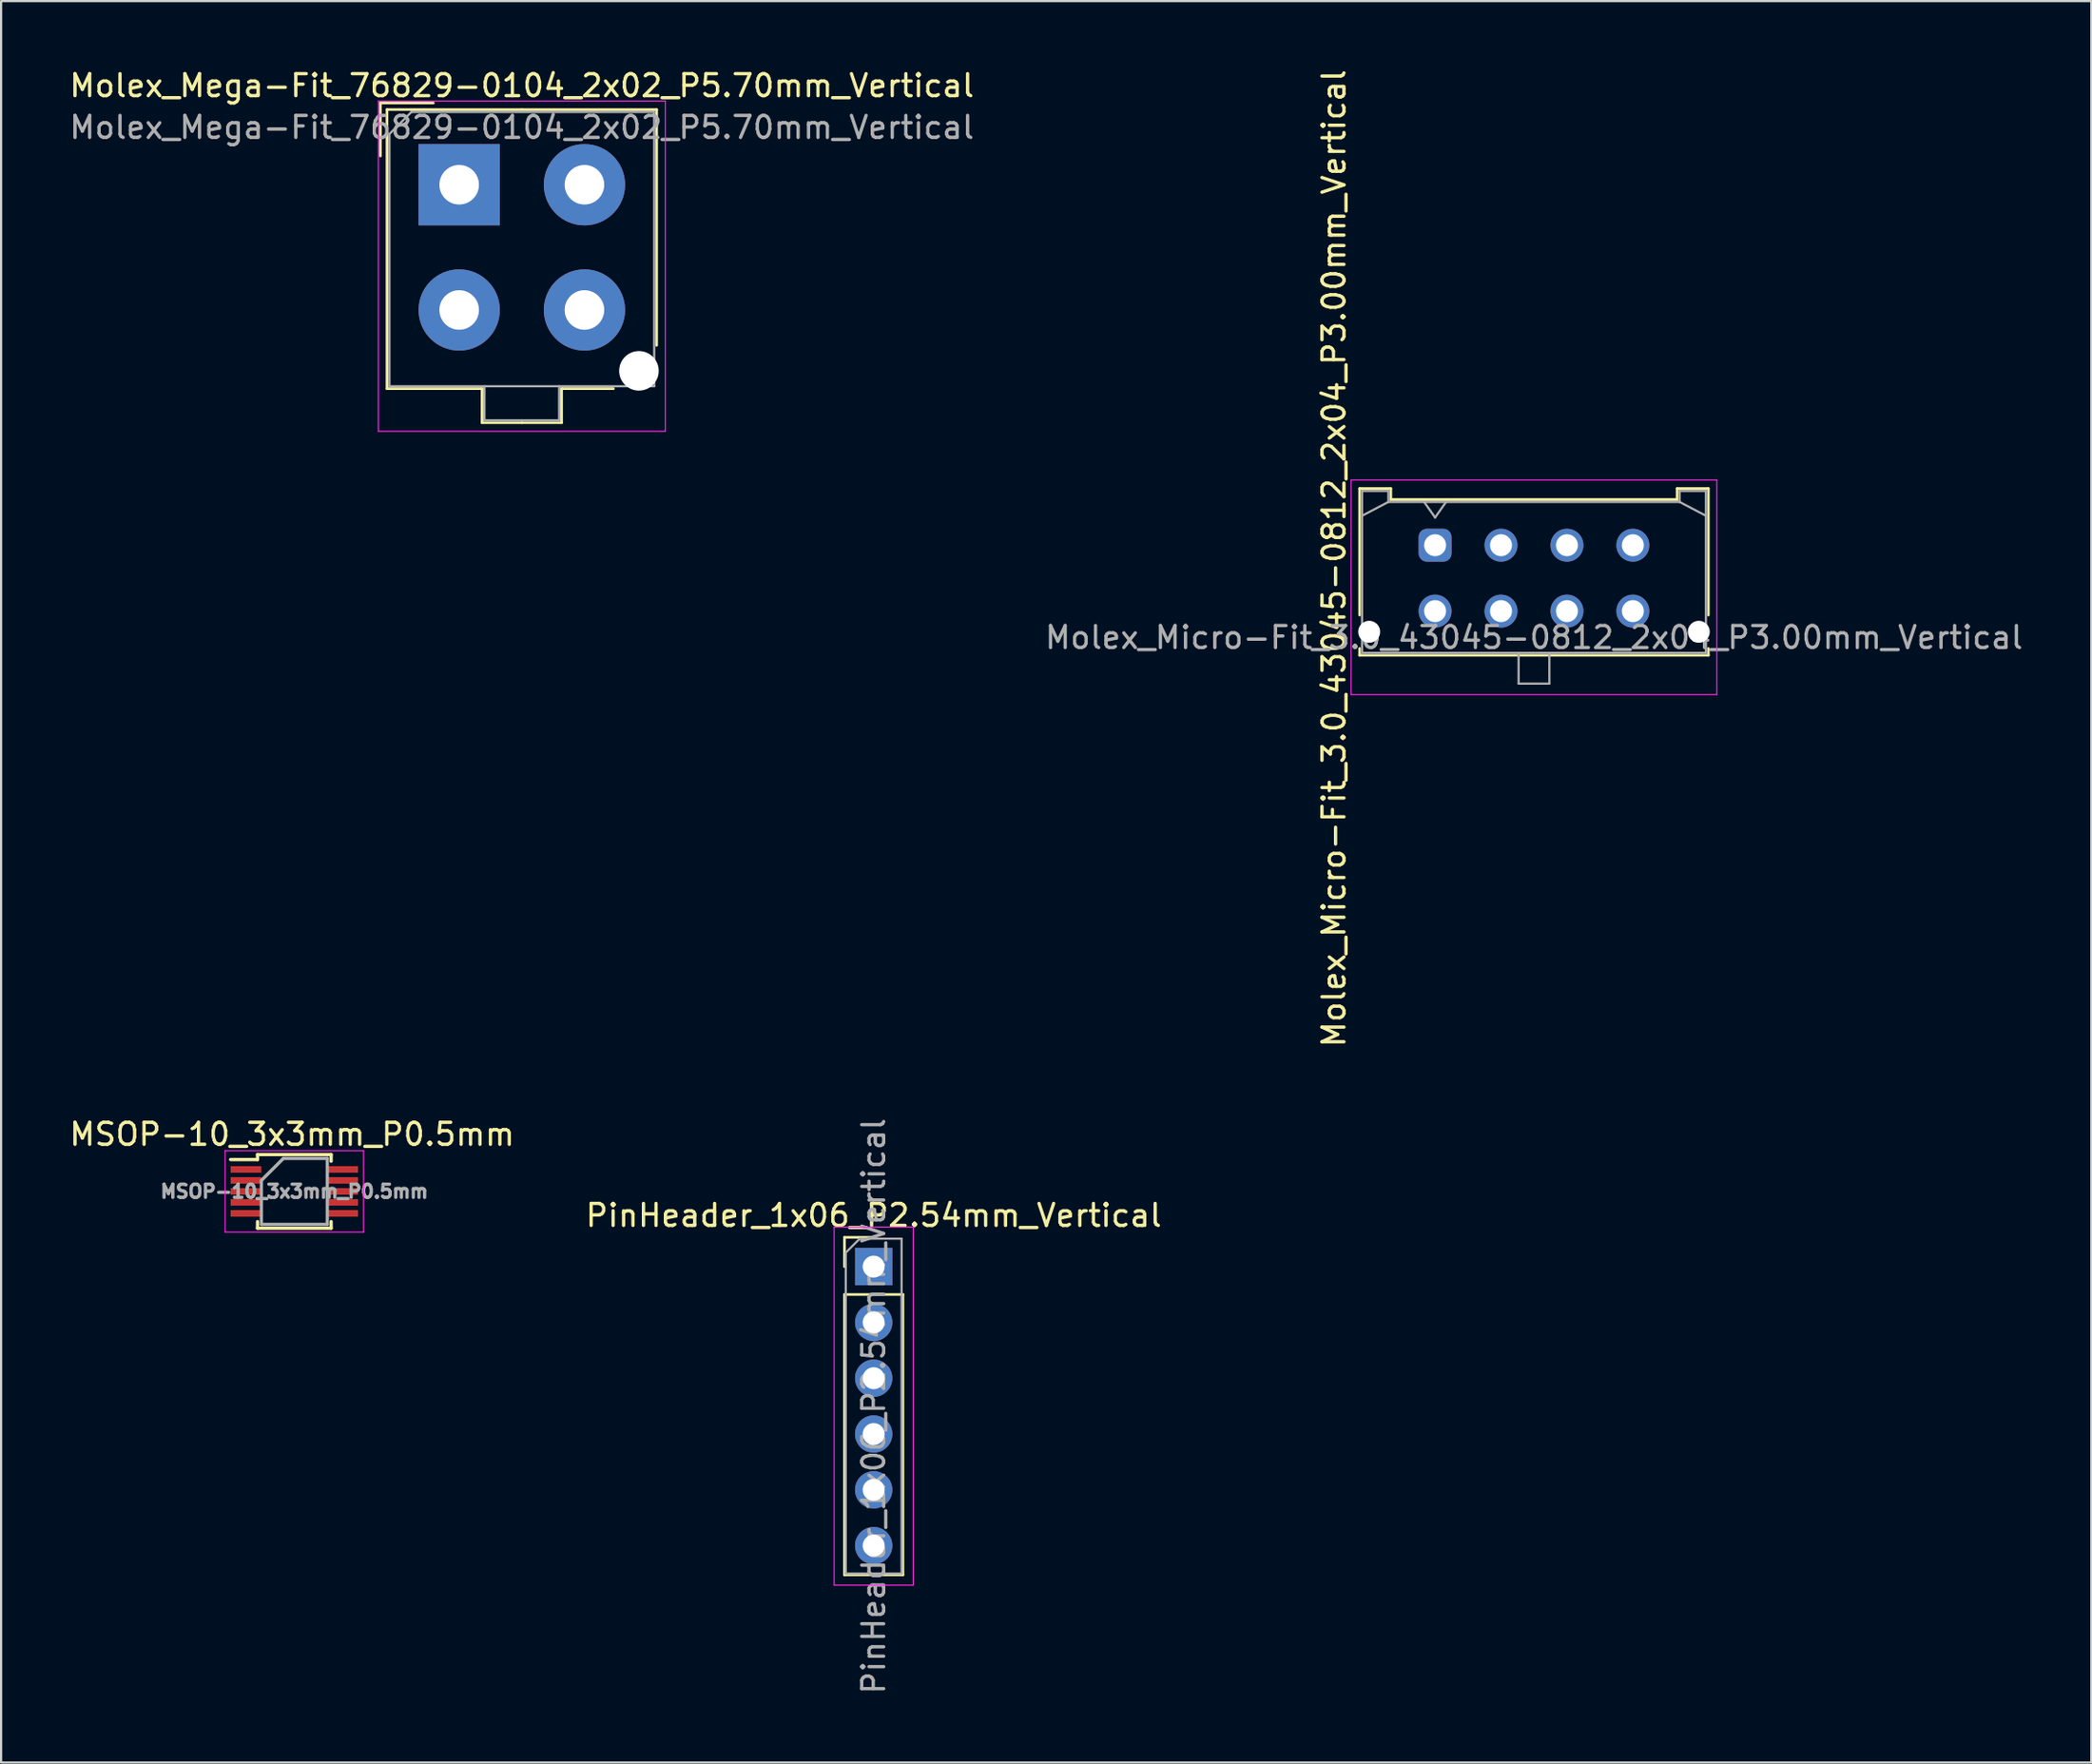
<source format=kicad_pcb>
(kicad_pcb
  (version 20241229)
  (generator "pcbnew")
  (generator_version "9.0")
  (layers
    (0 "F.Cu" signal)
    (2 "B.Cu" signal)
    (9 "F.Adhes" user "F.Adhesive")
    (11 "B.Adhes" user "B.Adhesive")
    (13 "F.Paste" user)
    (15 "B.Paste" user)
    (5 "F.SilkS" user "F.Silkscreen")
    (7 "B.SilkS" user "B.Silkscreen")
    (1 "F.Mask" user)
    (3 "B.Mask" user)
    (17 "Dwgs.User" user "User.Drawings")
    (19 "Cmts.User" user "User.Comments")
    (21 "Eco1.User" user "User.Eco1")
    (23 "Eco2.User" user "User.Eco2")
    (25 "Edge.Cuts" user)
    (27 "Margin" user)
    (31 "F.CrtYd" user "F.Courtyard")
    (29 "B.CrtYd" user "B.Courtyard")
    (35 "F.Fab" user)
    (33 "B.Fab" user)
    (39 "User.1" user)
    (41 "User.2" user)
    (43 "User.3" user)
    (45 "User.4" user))
  (footprint "MSOP-10_3x3mm_P0.5mm"
    (layer "F.Cu")
    (at 10.344 51.174)
    (property "Reference" "MSOP-10_3x3mm_P0.5mm" (at -0.1 -2.6 0) (layer "F.SilkS") (effects (font (size 1 1) (thickness 0.15))))
    (attr smd)
    (fp_line (start -1.675 -1.675) (end -1.675 -1.45) (stroke (width 0.15) (type solid)) (layer "F.SilkS"))
    (fp_line (start -1.675 -1.675) (end 1.675 -1.675) (stroke (width 0.15) (type solid)) (layer "F.SilkS"))
    (fp_line (start -1.675 -1.45) (end -2.9 -1.45) (stroke (width 0.15) (type solid)) (layer "F.SilkS"))
    (fp_line (start -1.675 1.675) (end -1.675 1.375) (stroke (width 0.15) (type solid)) (layer "F.SilkS"))
    (fp_line (start -1.675 1.675) (end 1.675 1.675) (stroke (width 0.15) (type solid)) (layer "F.SilkS"))
    (fp_line (start 1.675 -1.675) (end 1.675 -1.375) (stroke (width 0.15) (type solid)) (layer "F.SilkS"))
    (fp_line (start 1.675 1.675) (end 1.675 1.375) (stroke (width 0.15) (type solid)) (layer "F.SilkS"))
    (fp_line (start -3.15 -1.85) (end -3.15 1.85) (stroke (width 0.05) (type solid)) (layer "F.CrtYd"))
    (fp_line (start -3.15 -1.85) (end 3.15 -1.85) (stroke (width 0.05) (type solid)) (layer "F.CrtYd"))
    (fp_line (start -3.15 1.85) (end 3.15 1.85) (stroke (width 0.05) (type solid)) (layer "F.CrtYd"))
    (fp_line (start 3.15 -1.85) (end 3.15 1.85) (stroke (width 0.05) (type solid)) (layer "F.CrtYd"))
    (fp_line (start -1.5 -0.5) (end -0.5 -1.5) (stroke (width 0.15) (type solid)) (layer "F.Fab"))
    (fp_line (start -1.5 1.5) (end -1.5 -0.5) (stroke (width 0.15) (type solid)) (layer "F.Fab"))
    (fp_line (start -0.5 -1.5) (end 1.5 -1.5) (stroke (width 0.15) (type solid)) (layer "F.Fab"))
    (fp_line (start 1.5 -1.5) (end 1.5 1.5) (stroke (width 0.15) (type solid)) (layer "F.Fab"))
    (fp_line (start 1.5 1.5) (end -1.5 1.5) (stroke (width 0.15) (type solid)) (layer "F.Fab"))
    (fp_text user "${REFERENCE}" (at 0 0 0) (layer "F.Fab") (effects (font (size 0.6 0.6) (thickness 0.15))))
    (pad "1" smd rect (at -2.2 -1) (size 1.4 0.3) (layers "F.Cu" "F.Mask" "F.Paste"))
    (pad "2" smd rect (at -2.2 -0.5) (size 1.4 0.3) (layers "F.Cu" "F.Mask" "F.Paste"))
    (pad "3" smd rect (at -2.2 0) (size 1.4 0.3) (layers "F.Cu" "F.Mask" "F.Paste"))
    (pad "4" smd rect (at -2.2 0.5) (size 1.4 0.3) (layers "F.Cu" "F.Mask" "F.Paste"))
    (pad "5" smd rect (at -2.2 1) (size 1.4 0.3) (layers "F.Cu" "F.Mask" "F.Paste"))
    (pad "6" smd rect (at 2.2 1) (size 1.4 0.3) (layers "F.Cu" "F.Mask" "F.Paste"))
    (pad "7" smd rect (at 2.2 0.5) (size 1.4 0.3) (layers "F.Cu" "F.Mask" "F.Paste"))
    (pad "8" smd rect (at 2.2 0) (size 1.4 0.3) (layers "F.Cu" "F.Mask" "F.Paste"))
    (pad "9" smd rect (at 2.2 -0.5) (size 1.4 0.3) (layers "F.Cu" "F.Mask" "F.Paste"))
    (pad "10" smd rect (at 2.2 -1) (size 1.4 0.3) (layers "F.Cu" "F.Mask" "F.Paste")))
  (footprint "Molex_Mega-Fit_76829-0104_2x02_P5.70mm_Vertical"
    (layer "F.Cu")
    (at 17.846 5.358)
    (property "Reference" "Molex_Mega-Fit_76829-0104_2x02_P5.70mm_Vertical" (at 2.85 -4.51 0) (layer "F.SilkS") (effects (font (size 1 1) (thickness 0.15))))
    (attr through_hole)
    (fp_line (start -3.585 -3.72) (end -1.175 -3.72) (stroke (width 0.12) (type solid)) (layer "F.SilkS"))
    (fp_line (start -3.585 -1.31) (end -3.585 -3.72) (stroke (width 0.12) (type solid)) (layer "F.SilkS"))
    (fp_line (start -3.285 -3.42) (end -3.285 9.28) (stroke (width 0.12) (type solid)) (layer "F.SilkS"))
    (fp_line (start -3.285 9.28) (end 1.04 9.28) (stroke (width 0.12) (type solid)) (layer "F.SilkS"))
    (fp_line (start 1.04 9.28) (end 1.04 10.83) (stroke (width 0.12) (type solid)) (layer "F.SilkS"))
    (fp_line (start 1.04 10.83) (end 2.85 10.83) (stroke (width 0.12) (type solid)) (layer "F.SilkS"))
    (fp_line (start 2.85 -3.42) (end -3.285 -3.42) (stroke (width 0.12) (type solid)) (layer "F.SilkS"))
    (fp_line (start 2.85 -3.42) (end 8.985 -3.42) (stroke (width 0.12) (type solid)) (layer "F.SilkS"))
    (fp_line (start 4.66 9.28) (end 4.66 10.83) (stroke (width 0.12) (type solid)) (layer "F.SilkS"))
    (fp_line (start 4.66 10.83) (end 2.85 10.83) (stroke (width 0.12) (type solid)) (layer "F.SilkS"))
    (fp_line (start 7.02 9.28) (end 4.66 9.28) (stroke (width 0.12) (type solid)) (layer "F.SilkS"))
    (fp_line (start 8.985 -3.42) (end 8.985 7.31) (stroke (width 0.12) (type solid)) (layer "F.SilkS"))
    (fp_line (start -3.68 -3.81) (end -3.68 11.22) (stroke (width 0.05) (type solid)) (layer "F.CrtYd"))
    (fp_line (start -3.68 11.22) (end 9.38 11.22) (stroke (width 0.05) (type solid)) (layer "F.CrtYd"))
    (fp_line (start 9.38 -3.81) (end -3.68 -3.81) (stroke (width 0.05) (type solid)) (layer "F.CrtYd"))
    (fp_line (start 9.38 11.22) (end 9.38 -3.81) (stroke (width 0.05) (type solid)) (layer "F.CrtYd"))
    (fp_line (start -3.175 -2.31) (end -3.175 9.17) (stroke (width 0.1) (type solid)) (layer "F.Fab"))
    (fp_line (start -3.175 9.17) (end 8.875 9.17) (stroke (width 0.1) (type solid)) (layer "F.Fab"))
    (fp_line (start -2.175 -3.31) (end -3.175 -2.31) (stroke (width 0.1) (type solid)) (layer "F.Fab"))
    (fp_line (start 1.15 9.17) (end 1.15 10.72) (stroke (width 0.1) (type solid)) (layer "F.Fab"))
    (fp_line (start 1.15 10.72) (end 4.55 10.72) (stroke (width 0.1) (type solid)) (layer "F.Fab"))
    (fp_line (start 4.55 10.72) (end 4.55 9.17) (stroke (width 0.1) (type solid)) (layer "F.Fab"))
    (fp_line (start 8.875 -3.31) (end -2.175 -3.31) (stroke (width 0.1) (type solid)) (layer "F.Fab"))
    (fp_line (start 8.875 9.17) (end 8.875 -3.31) (stroke (width 0.1) (type solid)) (layer "F.Fab"))
    (fp_text user "${REFERENCE}" (at 2.85 -2.61 0) (layer "F.Fab") (effects (font (size 1 1) (thickness 0.15))))
    (pad "" np_thru_hole circle (at 8.18 8.47) (size 1.8 1.8) (drill 1.8) (layers "*.Cu" "*.Mask"))
    (pad "1" thru_hole rect (at 0 0) (size 3.7 3.7) (drill 1.8) (layers "*.Cu" "*.Mask"))
    (pad "2" thru_hole circle (at 5.7 0) (size 3.7 3.7) (drill 1.8) (layers "*.Cu" "*.Mask"))
    (pad "3" thru_hole circle (at 0 5.7) (size 3.7 3.7) (drill 1.8) (layers "*.Cu" "*.Mask"))
    (pad "4" thru_hole circle (at 5.7 5.7) (size 3.7 3.7) (drill 1.8) (layers "*.Cu" "*.Mask")))
  (footprint "PinHeader_1x06_P2.54mm_Vertical"
    (layer "F.Cu")
    (at 36.708 54.596)
    (property "Reference" "PinHeader_1x06_P2.54mm_Vertical" (at 0 -2.33 0) (layer "F.SilkS") (effects (font (size 1 1) (thickness 0.15))))
    (attr through_hole)
    (fp_line (start -1.33 -1.33) (end 0 -1.33) (stroke (width 0.12) (type solid)) (layer "F.SilkS"))
    (fp_line (start -1.33 0) (end -1.33 -1.33) (stroke (width 0.12) (type solid)) (layer "F.SilkS"))
    (fp_line (start -1.33 1.27) (end -1.33 14.03) (stroke (width 0.12) (type solid)) (layer "F.SilkS"))
    (fp_line (start -1.33 1.27) (end 1.33 1.27) (stroke (width 0.12) (type solid)) (layer "F.SilkS"))
    (fp_line (start -1.33 14.03) (end 1.33 14.03) (stroke (width 0.12) (type solid)) (layer "F.SilkS"))
    (fp_line (start 1.33 1.27) (end 1.33 14.03) (stroke (width 0.12) (type solid)) (layer "F.SilkS"))
    (fp_line (start -1.8 -1.8) (end -1.8 14.5) (stroke (width 0.05) (type solid)) (layer "F.CrtYd"))
    (fp_line (start -1.8 14.5) (end 1.8 14.5) (stroke (width 0.05) (type solid)) (layer "F.CrtYd"))
    (fp_line (start 1.8 -1.8) (end -1.8 -1.8) (stroke (width 0.05) (type solid)) (layer "F.CrtYd"))
    (fp_line (start 1.8 14.5) (end 1.8 -1.8) (stroke (width 0.05) (type solid)) (layer "F.CrtYd"))
    (fp_line (start -1.27 -0.635) (end -0.635 -1.27) (stroke (width 0.1) (type solid)) (layer "F.Fab"))
    (fp_line (start -1.27 13.97) (end -1.27 -0.635) (stroke (width 0.1) (type solid)) (layer "F.Fab"))
    (fp_line (start -0.635 -1.27) (end 1.27 -1.27) (stroke (width 0.1) (type solid)) (layer "F.Fab"))
    (fp_line (start 1.27 -1.27) (end 1.27 13.97) (stroke (width 0.1) (type solid)) (layer "F.Fab"))
    (fp_line (start 1.27 13.97) (end -1.27 13.97) (stroke (width 0.1) (type solid)) (layer "F.Fab"))
    (fp_text user "${REFERENCE}" (at 0 6.35 90) (layer "F.Fab") (effects (font (size 1 1) (thickness 0.15))))
    (pad "1" thru_hole rect (at 0 0) (size 1.7 1.7) (drill 1) (layers "*.Cu" "*.Mask"))
    (pad "2" thru_hole oval (at 0 2.54) (size 1.7 1.7) (drill 1) (layers "*.Cu" "*.Mask"))
    (pad "3" thru_hole oval (at 0 5.08) (size 1.7 1.7) (drill 1) (layers "*.Cu" "*.Mask"))
    (pad "4" thru_hole oval (at 0 7.62) (size 1.7 1.7) (drill 1) (layers "*.Cu" "*.Mask"))
    (pad "5" thru_hole oval (at 0 10.16) (size 1.7 1.7) (drill 1) (layers "*.Cu" "*.Mask"))
    (pad "6" thru_hole oval (at 0 12.7) (size 1.7 1.7) (drill 1) (layers "*.Cu" "*.Mask")))
  (footprint "Molex_Micro-Fit_3.0_43045-0812_2x04_P3.00mm_Vertical"
    (layer "F.Cu")
    (at 62.256 21.764)
    (property "Reference" "Molex_Micro-Fit_3.0_43045-0812_2x04_P3.00mm_Vertical" (at -4.603 0.599 90) (layer "F.SilkS") (effects (font (size 1 1) (thickness 0.15))))
    (attr through_hole)
    (fp_line (start -3.435 -2.58) (end -2.015 -2.58) (stroke (width 0.12) (type solid)) (layer "F.SilkS"))
    (fp_line (start -3.435 3.18) (end -3.435 -2.58) (stroke (width 0.12) (type solid)) (layer "F.SilkS"))
    (fp_line (start -3.435 4.7) (end -3.435 5.01) (stroke (width 0.12) (type solid)) (layer "F.SilkS"))
    (fp_line (start -3.435 5.01) (end 12.435 5.01) (stroke (width 0.12) (type solid)) (layer "F.SilkS"))
    (fp_line (start -2.015 -2.58) (end -2.015 -2.08) (stroke (width 0.12) (type solid)) (layer "F.SilkS"))
    (fp_line (start -2.015 -2.08) (end 11.015 -2.08) (stroke (width 0.12) (type solid)) (layer "F.SilkS"))
    (fp_line (start 11.015 -2.58) (end 12.435 -2.58) (stroke (width 0.12) (type solid)) (layer "F.SilkS"))
    (fp_line (start 11.015 -2.08) (end 11.015 -2.58) (stroke (width 0.12) (type solid)) (layer "F.SilkS"))
    (fp_line (start 12.435 -2.58) (end 12.435 3.18) (stroke (width 0.12) (type solid)) (layer "F.SilkS"))
    (fp_line (start 12.435 5.01) (end 12.435 4.7) (stroke (width 0.12) (type solid)) (layer "F.SilkS"))
    (fp_line (start -3.82 -2.97) (end 12.82 -2.97) (stroke (width 0.05) (type solid)) (layer "F.CrtYd"))
    (fp_line (start -3.82 6.8) (end -3.82 -2.97) (stroke (width 0.05) (type solid)) (layer "F.CrtYd"))
    (fp_line (start 12.82 -2.97) (end 12.82 6.8) (stroke (width 0.05) (type solid)) (layer "F.CrtYd"))
    (fp_line (start 12.82 6.8) (end -3.82 6.8) (stroke (width 0.05) (type solid)) (layer "F.CrtYd"))
    (fp_line (start -3.325 -2.47) (end -3.325 4.9) (stroke (width 0.1) (type solid)) (layer "F.Fab"))
    (fp_line (start -3.325 -1.34) (end -2.125 -1.97) (stroke (width 0.1) (type solid)) (layer "F.Fab"))
    (fp_line (start -3.325 4.9) (end 12.325 4.9) (stroke (width 0.1) (type solid)) (layer "F.Fab"))
    (fp_line (start -2.125 -2.47) (end -3.325 -2.47) (stroke (width 0.1) (type solid)) (layer "F.Fab"))
    (fp_line (start -2.125 -1.97) (end -2.125 -2.47) (stroke (width 0.1) (type solid)) (layer "F.Fab"))
    (fp_line (start -0.5 -1.97) (end 0 -1.263) (stroke (width 0.1) (type solid)) (layer "F.Fab"))
    (fp_line (start 0 -1.263) (end 0.5 -1.97) (stroke (width 0.1) (type solid)) (layer "F.Fab"))
    (fp_line (start 3.8 4.9) (end 3.8 6.3) (stroke (width 0.1) (type solid)) (layer "F.Fab"))
    (fp_line (start 3.8 6.3) (end 5.2 6.3) (stroke (width 0.1) (type solid)) (layer "F.Fab"))
    (fp_line (start 5.2 6.3) (end 5.2 4.9) (stroke (width 0.1) (type solid)) (layer "F.Fab"))
    (fp_line (start 11.125 -2.47) (end 11.125 -1.97) (stroke (width 0.1) (type solid)) (layer "F.Fab"))
    (fp_line (start 11.125 -1.97) (end -2.125 -1.97) (stroke (width 0.1) (type solid)) (layer "F.Fab"))
    (fp_line (start 12.325 -2.47) (end 11.125 -2.47) (stroke (width 0.1) (type solid)) (layer "F.Fab"))
    (fp_line (start 12.325 -1.34) (end 11.125 -1.97) (stroke (width 0.1) (type solid)) (layer "F.Fab"))
    (fp_line (start 12.325 4.9) (end 12.325 -2.47) (stroke (width 0.1) (type solid)) (layer "F.Fab"))
    (fp_text user "${REFERENCE}" (at 4.5 4.2 0) (layer "F.Fab") (effects (font (size 1 1) (thickness 0.15))))
    (pad "" np_thru_hole circle (at -3 3.94) (size 1 1) (drill 1) (layers "*.Cu" "*.Mask"))
    (pad "" np_thru_hole circle (at 12 3.94) (size 1 1) (drill 1) (layers "*.Cu" "*.Mask"))
    (pad "1" thru_hole roundrect (at 0 0) (size 1.5 1.5) (drill 1) (layers "*.Cu" "*.Mask") (roundrect_rratio 0.25))
    (pad "2" thru_hole circle (at 3 0) (size 1.5 1.5) (drill 1) (layers "*.Cu" "*.Mask"))
    (pad "3" thru_hole circle (at 6 0) (size 1.5 1.5) (drill 1) (layers "*.Cu" "*.Mask"))
    (pad "4" thru_hole circle (at 9 0) (size 1.5 1.5) (drill 1) (layers "*.Cu" "*.Mask"))
    (pad "5" thru_hole circle (at 9 3) (size 1.5 1.5) (drill 1) (layers "*.Cu" "*.Mask"))
    (pad "6" thru_hole circle (at 6 3) (size 1.5 1.5) (drill 1) (layers "*.Cu" "*.Mask"))
    (pad "7" thru_hole circle (at 3 3) (size 1.5 1.5) (drill 1) (layers "*.Cu" "*.Mask"))
    (pad "8" thru_hole circle (at 0 3) (size 1.5 1.5) (drill 1) (layers "*.Cu" "*.Mask")))
  (gr_rect
    (start -3 -3)
    (end 92.119 77.167)
    (stroke (width 0.1) (type default))
    (fill no)
    (layer "Edge.Cuts")))
</source>
